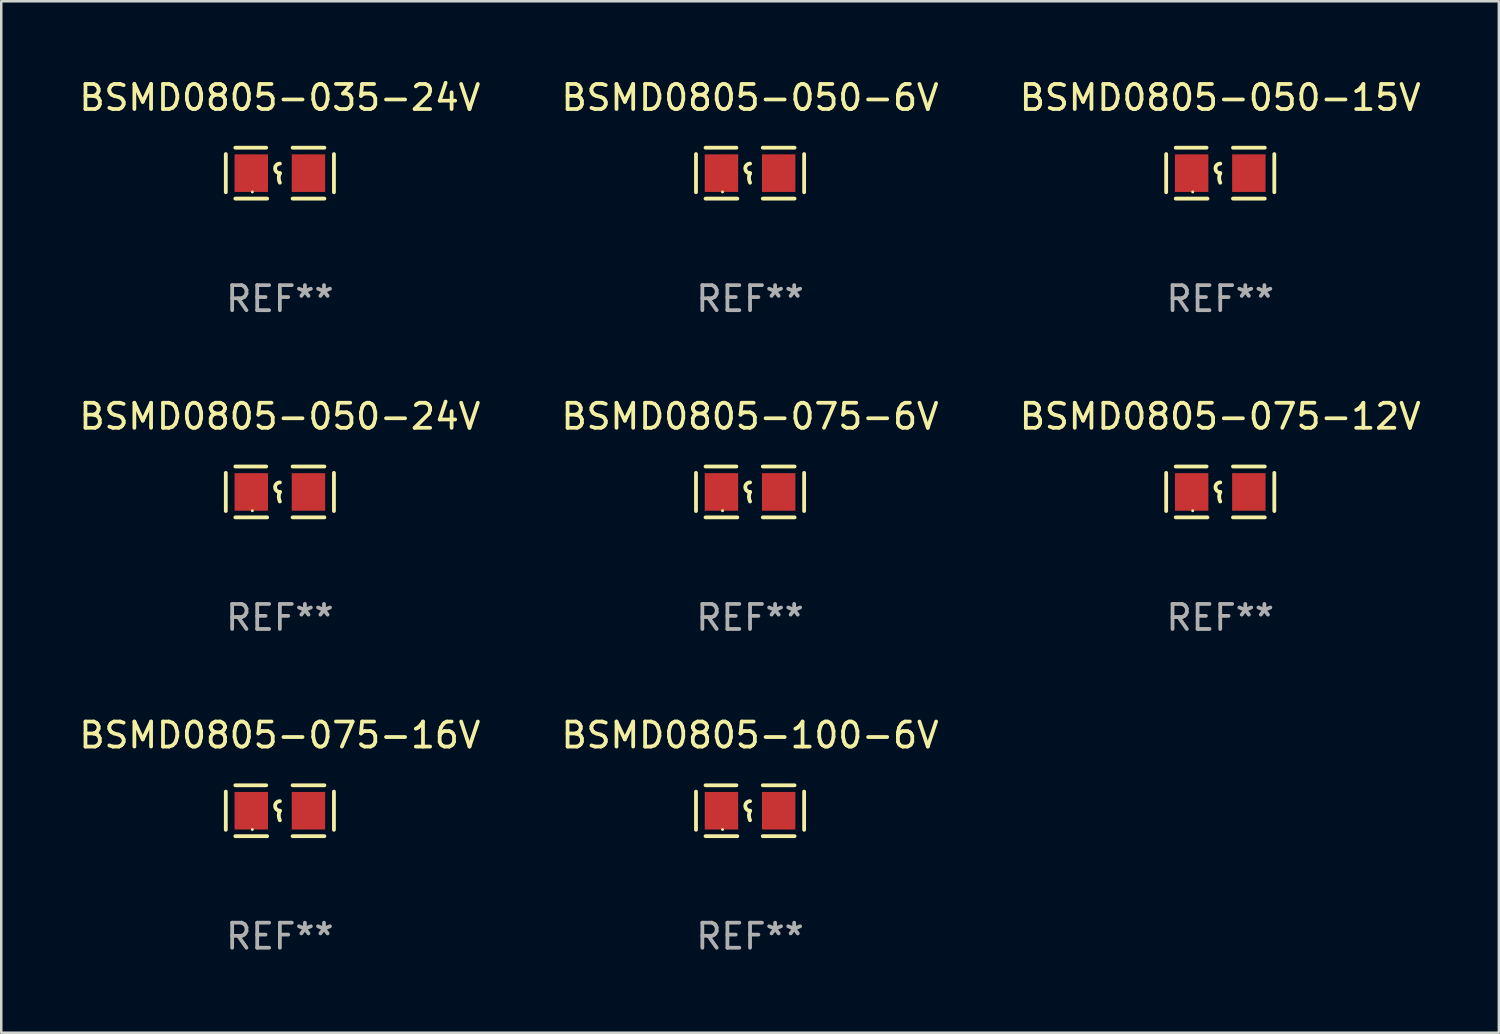
<source format=kicad_pcb>
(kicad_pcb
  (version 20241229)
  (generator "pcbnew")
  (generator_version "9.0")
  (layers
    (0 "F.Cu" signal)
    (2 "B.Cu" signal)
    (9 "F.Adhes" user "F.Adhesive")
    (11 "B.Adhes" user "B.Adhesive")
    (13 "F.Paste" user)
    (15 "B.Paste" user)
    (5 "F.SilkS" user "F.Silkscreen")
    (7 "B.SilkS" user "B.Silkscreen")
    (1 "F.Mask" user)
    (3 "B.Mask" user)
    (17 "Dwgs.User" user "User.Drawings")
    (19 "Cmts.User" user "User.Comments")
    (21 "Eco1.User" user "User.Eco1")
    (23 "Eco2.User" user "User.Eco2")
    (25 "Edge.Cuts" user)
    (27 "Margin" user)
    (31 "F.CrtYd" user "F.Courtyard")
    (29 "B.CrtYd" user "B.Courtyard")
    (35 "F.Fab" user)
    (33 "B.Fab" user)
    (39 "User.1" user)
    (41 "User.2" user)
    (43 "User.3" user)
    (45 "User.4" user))
  (footprint "BSMD0805-050-15V"
    (layer "F.Cu")
    (at 45.673 3.864)
    (property "Reference" "BSMD0805-050-15V" (at 0 -3.016 0) (layer "F.SilkS") (effects (font (size 1 1) (thickness 0.15))))
    (attr through_hole)
    (fp_line (start -2.159 -0.762) (end -2.159 0.762) (stroke (width 0.152) (type solid)) (layer "F.SilkS"))
    (fp_line (start -1.778 -1.016) (end -0.545 -1.016) (stroke (width 0.152) (type solid)) (layer "F.SilkS"))
    (fp_line (start -0.508 1.016) (end -1.778 1.016) (stroke (width 0.152) (type solid)) (layer "F.SilkS"))
    (fp_line (start 0.508 1.016) (end 1.778 1.016) (stroke (width 0.152) (type solid)) (layer "F.SilkS"))
    (fp_line (start 1.778 -1.016) (end 0.508 -1.016) (stroke (width 0.152) (type solid)) (layer "F.SilkS"))
    (fp_line (start 2.159 -0.762) (end 2.159 0.762) (stroke (width 0.152) (type solid)) (layer "F.SilkS"))
    (fp_arc (start 0 0) (mid -0.1905 -0.1905) (end 0 -0.381) (stroke (width 0.151994) (type solid)) (layer "F.SilkS"))
    (fp_arc (start 0 0.381001) (mid -0.044971 0.1905) (end 0 0) (stroke (width 0.151994) (type solid)) (layer "F.SilkS"))
    (fp_circle (center -1.1 0.75) (end -1.07 0.75) (stroke (width 0.06) (type solid)) (fill no) (layer "F.SilkS"))
    (fp_text user "REF**" (at 0 5.016 0) (layer "F.Fab") (effects (font (size 1 1) (thickness 0.15))))
    (pad "1" smd rect (at -1.142 0) (size 1.335 1.5) (layers "F.Cu" "F.Mask" "F.Paste"))
    (pad "2" smd rect (at 1.142 0) (size 1.335 1.5) (layers "F.Cu" "F.Mask" "F.Paste")))
  (footprint "BSMD0805-050-6V"
    (layer "F.Cu")
    (at 26.899 3.864)
    (property "Reference" "BSMD0805-050-6V" (at 0 -3.016 0) (layer "F.SilkS") (effects (font (size 1 1) (thickness 0.15))))
    (attr through_hole)
    (fp_line (start -2.159 -0.762) (end -2.159 0.762) (stroke (width 0.152) (type solid)) (layer "F.SilkS"))
    (fp_line (start -1.778 -1.016) (end -0.545 -1.016) (stroke (width 0.152) (type solid)) (layer "F.SilkS"))
    (fp_line (start -0.508 1.016) (end -1.778 1.016) (stroke (width 0.152) (type solid)) (layer "F.SilkS"))
    (fp_line (start 0.508 1.016) (end 1.778 1.016) (stroke (width 0.152) (type solid)) (layer "F.SilkS"))
    (fp_line (start 1.778 -1.016) (end 0.508 -1.016) (stroke (width 0.152) (type solid)) (layer "F.SilkS"))
    (fp_line (start 2.159 -0.762) (end 2.159 0.762) (stroke (width 0.152) (type solid)) (layer "F.SilkS"))
    (fp_arc (start 0 0) (mid -0.1905 -0.1905) (end 0 -0.381) (stroke (width 0.151994) (type solid)) (layer "F.SilkS"))
    (fp_arc (start 0 0.381001) (mid -0.044971 0.1905) (end 0 0) (stroke (width 0.151994) (type solid)) (layer "F.SilkS"))
    (fp_circle (center -1.1 0.75) (end -1.07 0.75) (stroke (width 0.06) (type solid)) (fill no) (layer "F.SilkS"))
    (fp_text user "REF**" (at 0 5.016 0) (layer "F.Fab") (effects (font (size 1 1) (thickness 0.15))))
    (pad "1" smd rect (at -1.142 0) (size 1.335 1.5) (layers "F.Cu" "F.Mask" "F.Paste"))
    (pad "2" smd rect (at 1.142 0) (size 1.335 1.5) (layers "F.Cu" "F.Mask" "F.Paste")))
  (footprint "BSMD0805-075-6V"
    (layer "F.Cu")
    (at 26.899 16.593)
    (property "Reference" "BSMD0805-075-6V" (at 0 -3.016 0) (layer "F.SilkS") (effects (font (size 1 1) (thickness 0.15))))
    (attr through_hole)
    (fp_line (start -2.159 -0.762) (end -2.159 0.762) (stroke (width 0.152) (type solid)) (layer "F.SilkS"))
    (fp_line (start -1.778 -1.016) (end -0.545 -1.016) (stroke (width 0.152) (type solid)) (layer "F.SilkS"))
    (fp_line (start -0.508 1.016) (end -1.778 1.016) (stroke (width 0.152) (type solid)) (layer "F.SilkS"))
    (fp_line (start 0.508 1.016) (end 1.778 1.016) (stroke (width 0.152) (type solid)) (layer "F.SilkS"))
    (fp_line (start 1.778 -1.016) (end 0.508 -1.016) (stroke (width 0.152) (type solid)) (layer "F.SilkS"))
    (fp_line (start 2.159 -0.762) (end 2.159 0.762) (stroke (width 0.152) (type solid)) (layer "F.SilkS"))
    (fp_arc (start 0 0) (mid -0.1905 -0.1905) (end 0 -0.381) (stroke (width 0.151994) (type solid)) (layer "F.SilkS"))
    (fp_arc (start 0 0.381001) (mid -0.044971 0.1905) (end 0 0) (stroke (width 0.151994) (type solid)) (layer "F.SilkS"))
    (fp_circle (center -1.1 0.75) (end -1.07 0.75) (stroke (width 0.06) (type solid)) (fill no) (layer "F.SilkS"))
    (fp_text user "REF**" (at 0 5.016 0) (layer "F.Fab") (effects (font (size 1 1) (thickness 0.15))))
    (pad "1" smd rect (at -1.142 0) (size 1.335 1.5) (layers "F.Cu" "F.Mask" "F.Paste"))
    (pad "2" smd rect (at 1.142 0) (size 1.335 1.5) (layers "F.Cu" "F.Mask" "F.Paste")))
  (footprint "BSMD0805-050-24V"
    (layer "F.Cu")
    (at 8.125 16.593)
    (property "Reference" "BSMD0805-050-24V" (at 0 -3.016 0) (layer "F.SilkS") (effects (font (size 1 1) (thickness 0.15))))
    (attr through_hole)
    (fp_line (start -2.159 -0.762) (end -2.159 0.762) (stroke (width 0.152) (type solid)) (layer "F.SilkS"))
    (fp_line (start -1.778 -1.016) (end -0.545 -1.016) (stroke (width 0.152) (type solid)) (layer "F.SilkS"))
    (fp_line (start -0.508 1.016) (end -1.778 1.016) (stroke (width 0.152) (type solid)) (layer "F.SilkS"))
    (fp_line (start 0.508 1.016) (end 1.778 1.016) (stroke (width 0.152) (type solid)) (layer "F.SilkS"))
    (fp_line (start 1.778 -1.016) (end 0.508 -1.016) (stroke (width 0.152) (type solid)) (layer "F.SilkS"))
    (fp_line (start 2.159 -0.762) (end 2.159 0.762) (stroke (width 0.152) (type solid)) (layer "F.SilkS"))
    (fp_arc (start 0 0) (mid -0.1905 -0.1905) (end 0 -0.381) (stroke (width 0.151994) (type solid)) (layer "F.SilkS"))
    (fp_arc (start 0 0.381001) (mid -0.044971 0.1905) (end 0 0) (stroke (width 0.151994) (type solid)) (layer "F.SilkS"))
    (fp_circle (center -1.1 0.75) (end -1.07 0.75) (stroke (width 0.06) (type solid)) (fill no) (layer "F.SilkS"))
    (fp_text user "REF**" (at 0 5.016 0) (layer "F.Fab") (effects (font (size 1 1) (thickness 0.15))))
    (pad "1" smd rect (at -1.142 0) (size 1.335 1.5) (layers "F.Cu" "F.Mask" "F.Paste"))
    (pad "2" smd rect (at 1.142 0) (size 1.335 1.5) (layers "F.Cu" "F.Mask" "F.Paste")))
  (footprint "BSMD0805-075-16V"
    (layer "F.Cu")
    (at 8.125 29.321)
    (property "Reference" "BSMD0805-075-16V" (at 0 -3.016 0) (layer "F.SilkS") (effects (font (size 1 1) (thickness 0.15))))
    (attr through_hole)
    (fp_line (start -2.159 -0.762) (end -2.159 0.762) (stroke (width 0.152) (type solid)) (layer "F.SilkS"))
    (fp_line (start -1.778 -1.016) (end -0.545 -1.016) (stroke (width 0.152) (type solid)) (layer "F.SilkS"))
    (fp_line (start -0.508 1.016) (end -1.778 1.016) (stroke (width 0.152) (type solid)) (layer "F.SilkS"))
    (fp_line (start 0.508 1.016) (end 1.778 1.016) (stroke (width 0.152) (type solid)) (layer "F.SilkS"))
    (fp_line (start 1.778 -1.016) (end 0.508 -1.016) (stroke (width 0.152) (type solid)) (layer "F.SilkS"))
    (fp_line (start 2.159 -0.762) (end 2.159 0.762) (stroke (width 0.152) (type solid)) (layer "F.SilkS"))
    (fp_arc (start 0 0) (mid -0.1905 -0.1905) (end 0 -0.381) (stroke (width 0.151994) (type solid)) (layer "F.SilkS"))
    (fp_arc (start 0 0.381001) (mid -0.044971 0.1905) (end 0 0) (stroke (width 0.151994) (type solid)) (layer "F.SilkS"))
    (fp_circle (center -1.1 0.75) (end -1.07 0.75) (stroke (width 0.06) (type solid)) (fill no) (layer "F.SilkS"))
    (fp_text user "REF**" (at 0 5.016 0) (layer "F.Fab") (effects (font (size 1 1) (thickness 0.15))))
    (pad "1" smd rect (at -1.142 0) (size 1.335 1.5) (layers "F.Cu" "F.Mask" "F.Paste"))
    (pad "2" smd rect (at 1.142 0) (size 1.335 1.5) (layers "F.Cu" "F.Mask" "F.Paste")))
  (footprint "BSMD0805-035-24V"
    (layer "F.Cu")
    (at 8.125 3.864)
    (property "Reference" "BSMD0805-035-24V" (at 0 -3.016 0) (layer "F.SilkS") (effects (font (size 1 1) (thickness 0.15))))
    (attr through_hole)
    (fp_line (start -2.159 -0.762) (end -2.159 0.762) (stroke (width 0.152) (type solid)) (layer "F.SilkS"))
    (fp_line (start -1.778 -1.016) (end -0.545 -1.016) (stroke (width 0.152) (type solid)) (layer "F.SilkS"))
    (fp_line (start -0.508 1.016) (end -1.778 1.016) (stroke (width 0.152) (type solid)) (layer "F.SilkS"))
    (fp_line (start 0.508 1.016) (end 1.778 1.016) (stroke (width 0.152) (type solid)) (layer "F.SilkS"))
    (fp_line (start 1.778 -1.016) (end 0.508 -1.016) (stroke (width 0.152) (type solid)) (layer "F.SilkS"))
    (fp_line (start 2.159 -0.762) (end 2.159 0.762) (stroke (width 0.152) (type solid)) (layer "F.SilkS"))
    (fp_arc (start 0 0) (mid -0.1905 -0.1905) (end 0 -0.381) (stroke (width 0.151994) (type solid)) (layer "F.SilkS"))
    (fp_arc (start 0 0.381001) (mid -0.044971 0.1905) (end 0 0) (stroke (width 0.151994) (type solid)) (layer "F.SilkS"))
    (fp_circle (center -1.1 0.75) (end -1.07 0.75) (stroke (width 0.06) (type solid)) (fill no) (layer "F.SilkS"))
    (fp_text user "REF**" (at 0 5.016 0) (layer "F.Fab") (effects (font (size 1 1) (thickness 0.15))))
    (pad "1" smd rect (at -1.142 0) (size 1.335 1.5) (layers "F.Cu" "F.Mask" "F.Paste"))
    (pad "2" smd rect (at 1.142 0) (size 1.335 1.5) (layers "F.Cu" "F.Mask" "F.Paste")))
  (footprint "BSMD0805-100-6V"
    (layer "F.Cu")
    (at 26.899 29.321)
    (property "Reference" "BSMD0805-100-6V" (at 0 -3.016 0) (layer "F.SilkS") (effects (font (size 1 1) (thickness 0.15))))
    (attr through_hole)
    (fp_line (start -2.159 -0.762) (end -2.159 0.762) (stroke (width 0.152) (type solid)) (layer "F.SilkS"))
    (fp_line (start -1.778 -1.016) (end -0.545 -1.016) (stroke (width 0.152) (type solid)) (layer "F.SilkS"))
    (fp_line (start -0.508 1.016) (end -1.778 1.016) (stroke (width 0.152) (type solid)) (layer "F.SilkS"))
    (fp_line (start 0.508 1.016) (end 1.778 1.016) (stroke (width 0.152) (type solid)) (layer "F.SilkS"))
    (fp_line (start 1.778 -1.016) (end 0.508 -1.016) (stroke (width 0.152) (type solid)) (layer "F.SilkS"))
    (fp_line (start 2.159 -0.762) (end 2.159 0.762) (stroke (width 0.152) (type solid)) (layer "F.SilkS"))
    (fp_arc (start 0 0) (mid -0.1905 -0.1905) (end 0 -0.381) (stroke (width 0.151994) (type solid)) (layer "F.SilkS"))
    (fp_arc (start 0 0.381001) (mid -0.044971 0.1905) (end 0 0) (stroke (width 0.151994) (type solid)) (layer "F.SilkS"))
    (fp_circle (center -1.1 0.75) (end -1.07 0.75) (stroke (width 0.06) (type solid)) (fill no) (layer "F.SilkS"))
    (fp_text user "REF**" (at 0 5.016 0) (layer "F.Fab") (effects (font (size 1 1) (thickness 0.15))))
    (pad "1" smd rect (at -1.142 0) (size 1.335 1.5) (layers "F.Cu" "F.Mask" "F.Paste"))
    (pad "2" smd rect (at 1.142 0) (size 1.335 1.5) (layers "F.Cu" "F.Mask" "F.Paste")))
  (footprint "BSMD0805-075-12V"
    (layer "F.Cu")
    (at 45.673 16.593)
    (property "Reference" "BSMD0805-075-12V" (at 0 -3.016 0) (layer "F.SilkS") (effects (font (size 1 1) (thickness 0.15))))
    (attr through_hole)
    (fp_line (start -2.159 -0.762) (end -2.159 0.762) (stroke (width 0.152) (type solid)) (layer "F.SilkS"))
    (fp_line (start -1.778 -1.016) (end -0.545 -1.016) (stroke (width 0.152) (type solid)) (layer "F.SilkS"))
    (fp_line (start -0.508 1.016) (end -1.778 1.016) (stroke (width 0.152) (type solid)) (layer "F.SilkS"))
    (fp_line (start 0.508 1.016) (end 1.778 1.016) (stroke (width 0.152) (type solid)) (layer "F.SilkS"))
    (fp_line (start 1.778 -1.016) (end 0.508 -1.016) (stroke (width 0.152) (type solid)) (layer "F.SilkS"))
    (fp_line (start 2.159 -0.762) (end 2.159 0.762) (stroke (width 0.152) (type solid)) (layer "F.SilkS"))
    (fp_arc (start 0 0) (mid -0.1905 -0.1905) (end 0 -0.381) (stroke (width 0.151994) (type solid)) (layer "F.SilkS"))
    (fp_arc (start 0 0.381001) (mid -0.044971 0.1905) (end 0 0) (stroke (width 0.151994) (type solid)) (layer "F.SilkS"))
    (fp_circle (center -1.1 0.75) (end -1.07 0.75) (stroke (width 0.06) (type solid)) (fill no) (layer "F.SilkS"))
    (fp_text user "REF**" (at 0 5.016 0) (layer "F.Fab") (effects (font (size 1 1) (thickness 0.15))))
    (pad "1" smd rect (at -1.142 0) (size 1.335 1.5) (layers "F.Cu" "F.Mask" "F.Paste"))
    (pad "2" smd rect (at 1.142 0) (size 1.335 1.5) (layers "F.Cu" "F.Mask" "F.Paste")))
  (gr_rect
    (start -3 -3)
    (end 56.798 38.186)
    (stroke (width 0.1) (type default))
    (fill no)
    (layer "Edge.Cuts")))
</source>
